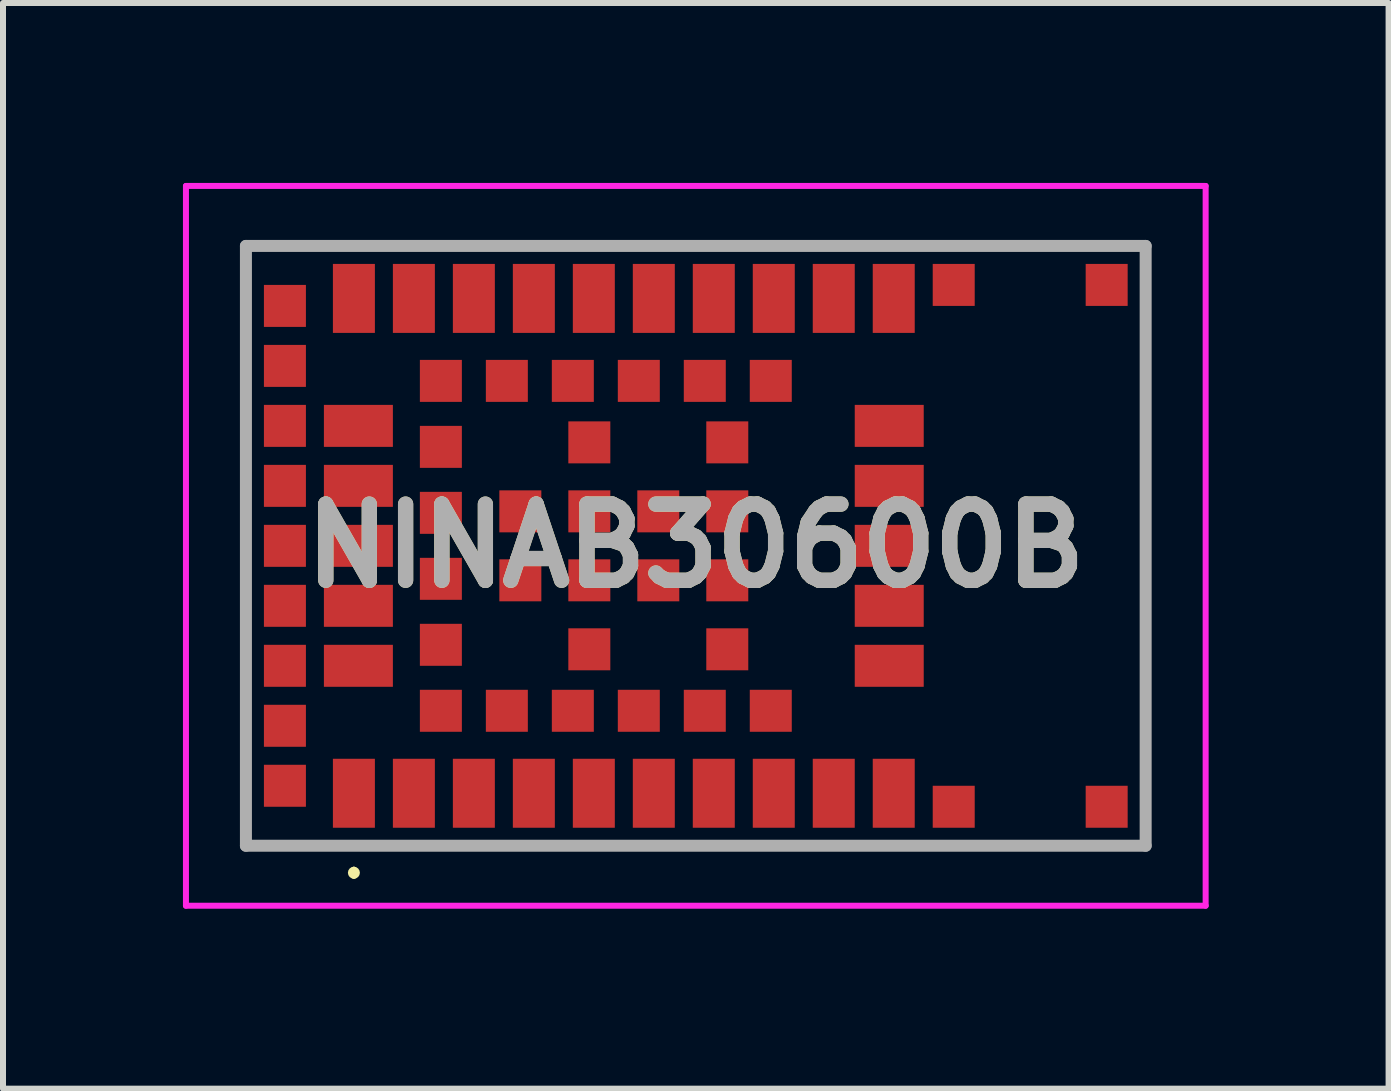
<source format=kicad_pcb>
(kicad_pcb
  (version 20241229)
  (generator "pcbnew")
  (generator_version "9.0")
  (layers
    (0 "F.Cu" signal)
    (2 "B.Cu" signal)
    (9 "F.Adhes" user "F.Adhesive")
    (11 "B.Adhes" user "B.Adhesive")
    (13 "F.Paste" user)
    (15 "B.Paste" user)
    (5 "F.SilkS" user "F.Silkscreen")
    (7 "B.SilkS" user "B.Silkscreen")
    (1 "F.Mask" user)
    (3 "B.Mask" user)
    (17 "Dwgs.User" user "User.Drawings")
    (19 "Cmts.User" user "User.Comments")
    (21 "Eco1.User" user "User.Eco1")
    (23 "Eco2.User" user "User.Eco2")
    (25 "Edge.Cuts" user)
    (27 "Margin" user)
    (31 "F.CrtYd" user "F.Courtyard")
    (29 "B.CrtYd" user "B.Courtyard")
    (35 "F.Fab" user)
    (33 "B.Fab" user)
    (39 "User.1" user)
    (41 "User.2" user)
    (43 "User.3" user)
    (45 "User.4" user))
  (footprint "NINAB30600B"
    (layer "F.Cu")
    (at 8.55 6.05)
    (property "Reference" "NINAB30600B" (at 0 0 0) (layer "F.SilkS") (effects (font (size 1.27 1.27) (thickness 0.254))))
    (attr smd)
    (fp_line (start -5.7 5.4) (end -5.7 5.4) (stroke (width 0.1) (type solid)) (layer "F.SilkS"))
    (fp_line (start -5.7 5.5) (end -5.7 5.5) (stroke (width 0.1) (type solid)) (layer "F.SilkS"))
    (fp_line (start 7.5 -3.6) (end 7.5 3.6) (stroke (width 0.1) (type solid)) (layer "F.SilkS"))
    (fp_arc (start -5.7 5.4) (mid -5.65 5.45) (end -5.7 5.5) (stroke (width 0.1) (type solid)) (layer "F.SilkS"))
    (fp_arc (start -5.7 5.5) (mid -5.75 5.45) (end -5.7 5.4) (stroke (width 0.1) (type solid)) (layer "F.SilkS"))
    (fp_line (start -8.5 -6) (end 8.5 -6) (stroke (width 0.1) (type solid)) (layer "F.CrtYd"))
    (fp_line (start -8.5 6) (end -8.5 -6) (stroke (width 0.1) (type solid)) (layer "F.CrtYd"))
    (fp_line (start 8.5 -6) (end 8.5 6) (stroke (width 0.1) (type solid)) (layer "F.CrtYd"))
    (fp_line (start 8.5 6) (end -8.5 6) (stroke (width 0.1) (type solid)) (layer "F.CrtYd"))
    (fp_line (start -7.5 -5) (end 7.5 -5) (stroke (width 0.2) (type solid)) (layer "F.Fab"))
    (fp_line (start -7.5 5) (end -7.5 -5) (stroke (width 0.2) (type solid)) (layer "F.Fab"))
    (fp_line (start 7.5 -5) (end 7.5 5) (stroke (width 0.2) (type solid)) (layer "F.Fab"))
    (fp_line (start 7.5 5) (end -7.5 5) (stroke (width 0.2) (type solid)) (layer "F.Fab"))
    (fp_text user "${REFERENCE}" (at 0 0 0) (layer "F.Fab") (effects (font (size 1.27 1.27) (thickness 0.254))))
    (pad "1" smd rect (at -5.7 4.125) (size 0.7 1.15) (layers "F.Cu" "F.Mask" "F.Paste"))
    (pad "2" smd rect (at -4.7 4.125) (size 0.7 1.15) (layers "F.Cu" "F.Mask" "F.Paste"))
    (pad "3" smd rect (at -3.7 4.125) (size 0.7 1.15) (layers "F.Cu" "F.Mask" "F.Paste"))
    (pad "4" smd rect (at -2.7 4.125) (size 0.7 1.15) (layers "F.Cu" "F.Mask" "F.Paste"))
    (pad "5" smd rect (at -1.7 4.125) (size 0.7 1.15) (layers "F.Cu" "F.Mask" "F.Paste"))
    (pad "6" smd rect (at -0.7 4.125) (size 0.7 1.15) (layers "F.Cu" "F.Mask" "F.Paste"))
    (pad "7" smd rect (at 0.3 4.125) (size 0.7 1.15) (layers "F.Cu" "F.Mask" "F.Paste"))
    (pad "8" smd rect (at 1.3 4.125) (size 0.7 1.15) (layers "F.Cu" "F.Mask" "F.Paste"))
    (pad "9" smd rect (at 2.3 4.125) (size 0.7 1.15) (layers "F.Cu" "F.Mask" "F.Paste"))
    (pad "10" smd rect (at 3.3 4.125) (size 0.7 1.15) (layers "F.Cu" "F.Mask" "F.Paste"))
    (pad "11" smd rect (at 3.225 2 90) (size 0.7 1.15) (layers "F.Cu" "F.Mask" "F.Paste"))
    (pad "12" smd rect (at 3.225 1 90) (size 0.7 1.15) (layers "F.Cu" "F.Mask" "F.Paste"))
    (pad "13" smd rect (at 3.225 0 90) (size 0.7 1.15) (layers "F.Cu" "F.Mask" "F.Paste"))
    (pad "14" smd rect (at 3.225 -1 90) (size 0.7 1.15) (layers "F.Cu" "F.Mask" "F.Paste"))
    (pad "15" smd rect (at 3.225 -2 90) (size 0.7 1.15) (layers "F.Cu" "F.Mask" "F.Paste"))
    (pad "16" smd rect (at 3.3 -4.125) (size 0.7 1.15) (layers "F.Cu" "F.Mask" "F.Paste"))
    (pad "17" smd rect (at 2.3 -4.125) (size 0.7 1.15) (layers "F.Cu" "F.Mask" "F.Paste"))
    (pad "18" smd rect (at 1.3 -4.125) (size 0.7 1.15) (layers "F.Cu" "F.Mask" "F.Paste"))
    (pad "19" smd rect (at 0.3 -4.125) (size 0.7 1.15) (layers "F.Cu" "F.Mask" "F.Paste"))
    (pad "20" smd rect (at -0.7 -4.125) (size 0.7 1.15) (layers "F.Cu" "F.Mask" "F.Paste"))
    (pad "21" smd rect (at -1.7 -4.125) (size 0.7 1.15) (layers "F.Cu" "F.Mask" "F.Paste"))
    (pad "22" smd rect (at -2.7 -4.125) (size 0.7 1.15) (layers "F.Cu" "F.Mask" "F.Paste"))
    (pad "23" smd rect (at -3.7 -4.125) (size 0.7 1.15) (layers "F.Cu" "F.Mask" "F.Paste"))
    (pad "24" smd rect (at -4.7 -4.125) (size 0.7 1.15) (layers "F.Cu" "F.Mask" "F.Paste"))
    (pad "25" smd rect (at -5.7 -4.125) (size 0.7 1.15) (layers "F.Cu" "F.Mask" "F.Paste"))
    (pad "26" smd rect (at -5.625 -2 90) (size 0.7 1.15) (layers "F.Cu" "F.Mask" "F.Paste"))
    (pad "27" smd rect (at -5.625 -1 90) (size 0.7 1.15) (layers "F.Cu" "F.Mask" "F.Paste"))
    (pad "28" smd rect (at -5.625 0 90) (size 0.7 1.15) (layers "F.Cu" "F.Mask" "F.Paste"))
    (pad "29" smd rect (at -5.625 1 90) (size 0.7 1.15) (layers "F.Cu" "F.Mask" "F.Paste"))
    (pad "30" smd rect (at -5.625 2 90) (size 0.7 1.15) (layers "F.Cu" "F.Mask" "F.Paste"))
    (pad "31" smd rect (at -4.25 2.75 90) (size 0.7 0.7) (layers "F.Cu" "F.Mask" "F.Paste"))
    (pad "32" smd rect (at -3.15 2.75 90) (size 0.7 0.7) (layers "F.Cu" "F.Mask" "F.Paste"))
    (pad "33" smd rect (at -2.05 2.75 90) (size 0.7 0.7) (layers "F.Cu" "F.Mask" "F.Paste"))
    (pad "34" smd rect (at -0.95 2.75 90) (size 0.7 0.7) (layers "F.Cu" "F.Mask" "F.Paste"))
    (pad "35" smd rect (at 0.15 2.75 90) (size 0.7 0.7) (layers "F.Cu" "F.Mask" "F.Paste"))
    (pad "36" smd rect (at 1.25 2.75 90) (size 0.7 0.7) (layers "F.Cu" "F.Mask" "F.Paste"))
    (pad "37" smd rect (at 1.25 -2.75 90) (size 0.7 0.7) (layers "F.Cu" "F.Mask" "F.Paste"))
    (pad "38" smd rect (at 0.15 -2.75 90) (size 0.7 0.7) (layers "F.Cu" "F.Mask" "F.Paste"))
    (pad "39" smd rect (at -0.95 -2.75 90) (size 0.7 0.7) (layers "F.Cu" "F.Mask" "F.Paste"))
    (pad "40" smd rect (at -2.05 -2.75 90) (size 0.7 0.7) (layers "F.Cu" "F.Mask" "F.Paste"))
    (pad "41" smd rect (at -3.15 -2.75 90) (size 0.7 0.7) (layers "F.Cu" "F.Mask" "F.Paste"))
    (pad "42" smd rect (at -4.25 -2.75 90) (size 0.7 0.7) (layers "F.Cu" "F.Mask" "F.Paste"))
    (pad "43" smd rect (at -4.25 -1.65 90) (size 0.7 0.7) (layers "F.Cu" "F.Mask" "F.Paste"))
    (pad "44" smd rect (at -4.25 -0.55 90) (size 0.7 0.7) (layers "F.Cu" "F.Mask" "F.Paste"))
    (pad "45" smd rect (at -4.25 0.55 90) (size 0.7 0.7) (layers "F.Cu" "F.Mask" "F.Paste"))
    (pad "46" smd rect (at -4.25 1.65 90) (size 0.7 0.7) (layers "F.Cu" "F.Mask" "F.Paste"))
    (pad "47" smd rect (at -6.85 -4) (size 0.7 0.7) (layers "F.Cu" "F.Mask" "F.Paste"))
    (pad "48" smd rect (at -6.85 -3) (size 0.7 0.7) (layers "F.Cu" "F.Mask" "F.Paste"))
    (pad "49" smd rect (at -6.85 -2) (size 0.7 0.7) (layers "F.Cu" "F.Mask" "F.Paste"))
    (pad "50" smd rect (at -6.85 -1) (size 0.7 0.7) (layers "F.Cu" "F.Mask" "F.Paste"))
    (pad "51" smd rect (at -6.85 0) (size 0.7 0.7) (layers "F.Cu" "F.Mask" "F.Paste"))
    (pad "52" smd rect (at -6.85 1) (size 0.7 0.7) (layers "F.Cu" "F.Mask" "F.Paste"))
    (pad "53" smd rect (at -6.85 2) (size 0.7 0.7) (layers "F.Cu" "F.Mask" "F.Paste"))
    (pad "54" smd rect (at -6.85 3) (size 0.7 0.7) (layers "F.Cu" "F.Mask" "F.Paste"))
    (pad "55" smd rect (at -6.85 4) (size 0.7 0.7) (layers "F.Cu" "F.Mask" "F.Paste"))
    (pad "56" smd rect (at -2.925 -0.575 90) (size 0.7 0.7) (layers "F.Cu" "F.Mask" "F.Paste"))
    (pad "57" smd rect (at -2.925 0.575 90) (size 0.7 0.7) (layers "F.Cu" "F.Mask" "F.Paste"))
    (pad "58" smd rect (at -1.775 1.725 90) (size 0.7 0.7) (layers "F.Cu" "F.Mask" "F.Paste"))
    (pad "59" smd rect (at -1.775 0.575 90) (size 0.7 0.7) (layers "F.Cu" "F.Mask" "F.Paste"))
    (pad "60" smd rect (at -1.775 -0.575 90) (size 0.7 0.7) (layers "F.Cu" "F.Mask" "F.Paste"))
    (pad "61" smd rect (at -1.775 -1.725 90) (size 0.7 0.7) (layers "F.Cu" "F.Mask" "F.Paste"))
    (pad "62" smd rect (at -0.625 -0.575 90) (size 0.7 0.7) (layers "F.Cu" "F.Mask" "F.Paste"))
    (pad "63" smd rect (at -0.625 0.575 90) (size 0.7 0.7) (layers "F.Cu" "F.Mask" "F.Paste"))
    (pad "64" smd rect (at 0.525 1.725 90) (size 0.7 0.7) (layers "F.Cu" "F.Mask" "F.Paste"))
    (pad "65" smd rect (at 0.525 0.575 90) (size 0.7 0.7) (layers "F.Cu" "F.Mask" "F.Paste"))
    (pad "66" smd rect (at 0.525 -0.575 90) (size 0.7 0.7) (layers "F.Cu" "F.Mask" "F.Paste"))
    (pad "67" smd rect (at 0.525 -1.725 90) (size 0.7 0.7) (layers "F.Cu" "F.Mask" "F.Paste"))
    (pad "68" smd rect (at 4.3 4.35 90) (size 0.7 0.7) (layers "F.Cu" "F.Mask" "F.Paste"))
    (pad "69" smd rect (at 6.85 4.35 90) (size 0.7 0.7) (layers "F.Cu" "F.Mask" "F.Paste"))
    (pad "70" smd rect (at 4.3 -4.35 90) (size 0.7 0.7) (layers "F.Cu" "F.Mask" "F.Paste"))
    (pad "71" smd rect (at 6.85 -4.35 90) (size 0.7 0.7) (layers "F.Cu" "F.Mask" "F.Paste")))
  (gr_rect
    (start -3 -3)
    (end 20.1 15.1)
    (stroke (width 0.1) (type default))
    (fill no)
    (layer "Edge.Cuts")))
</source>
